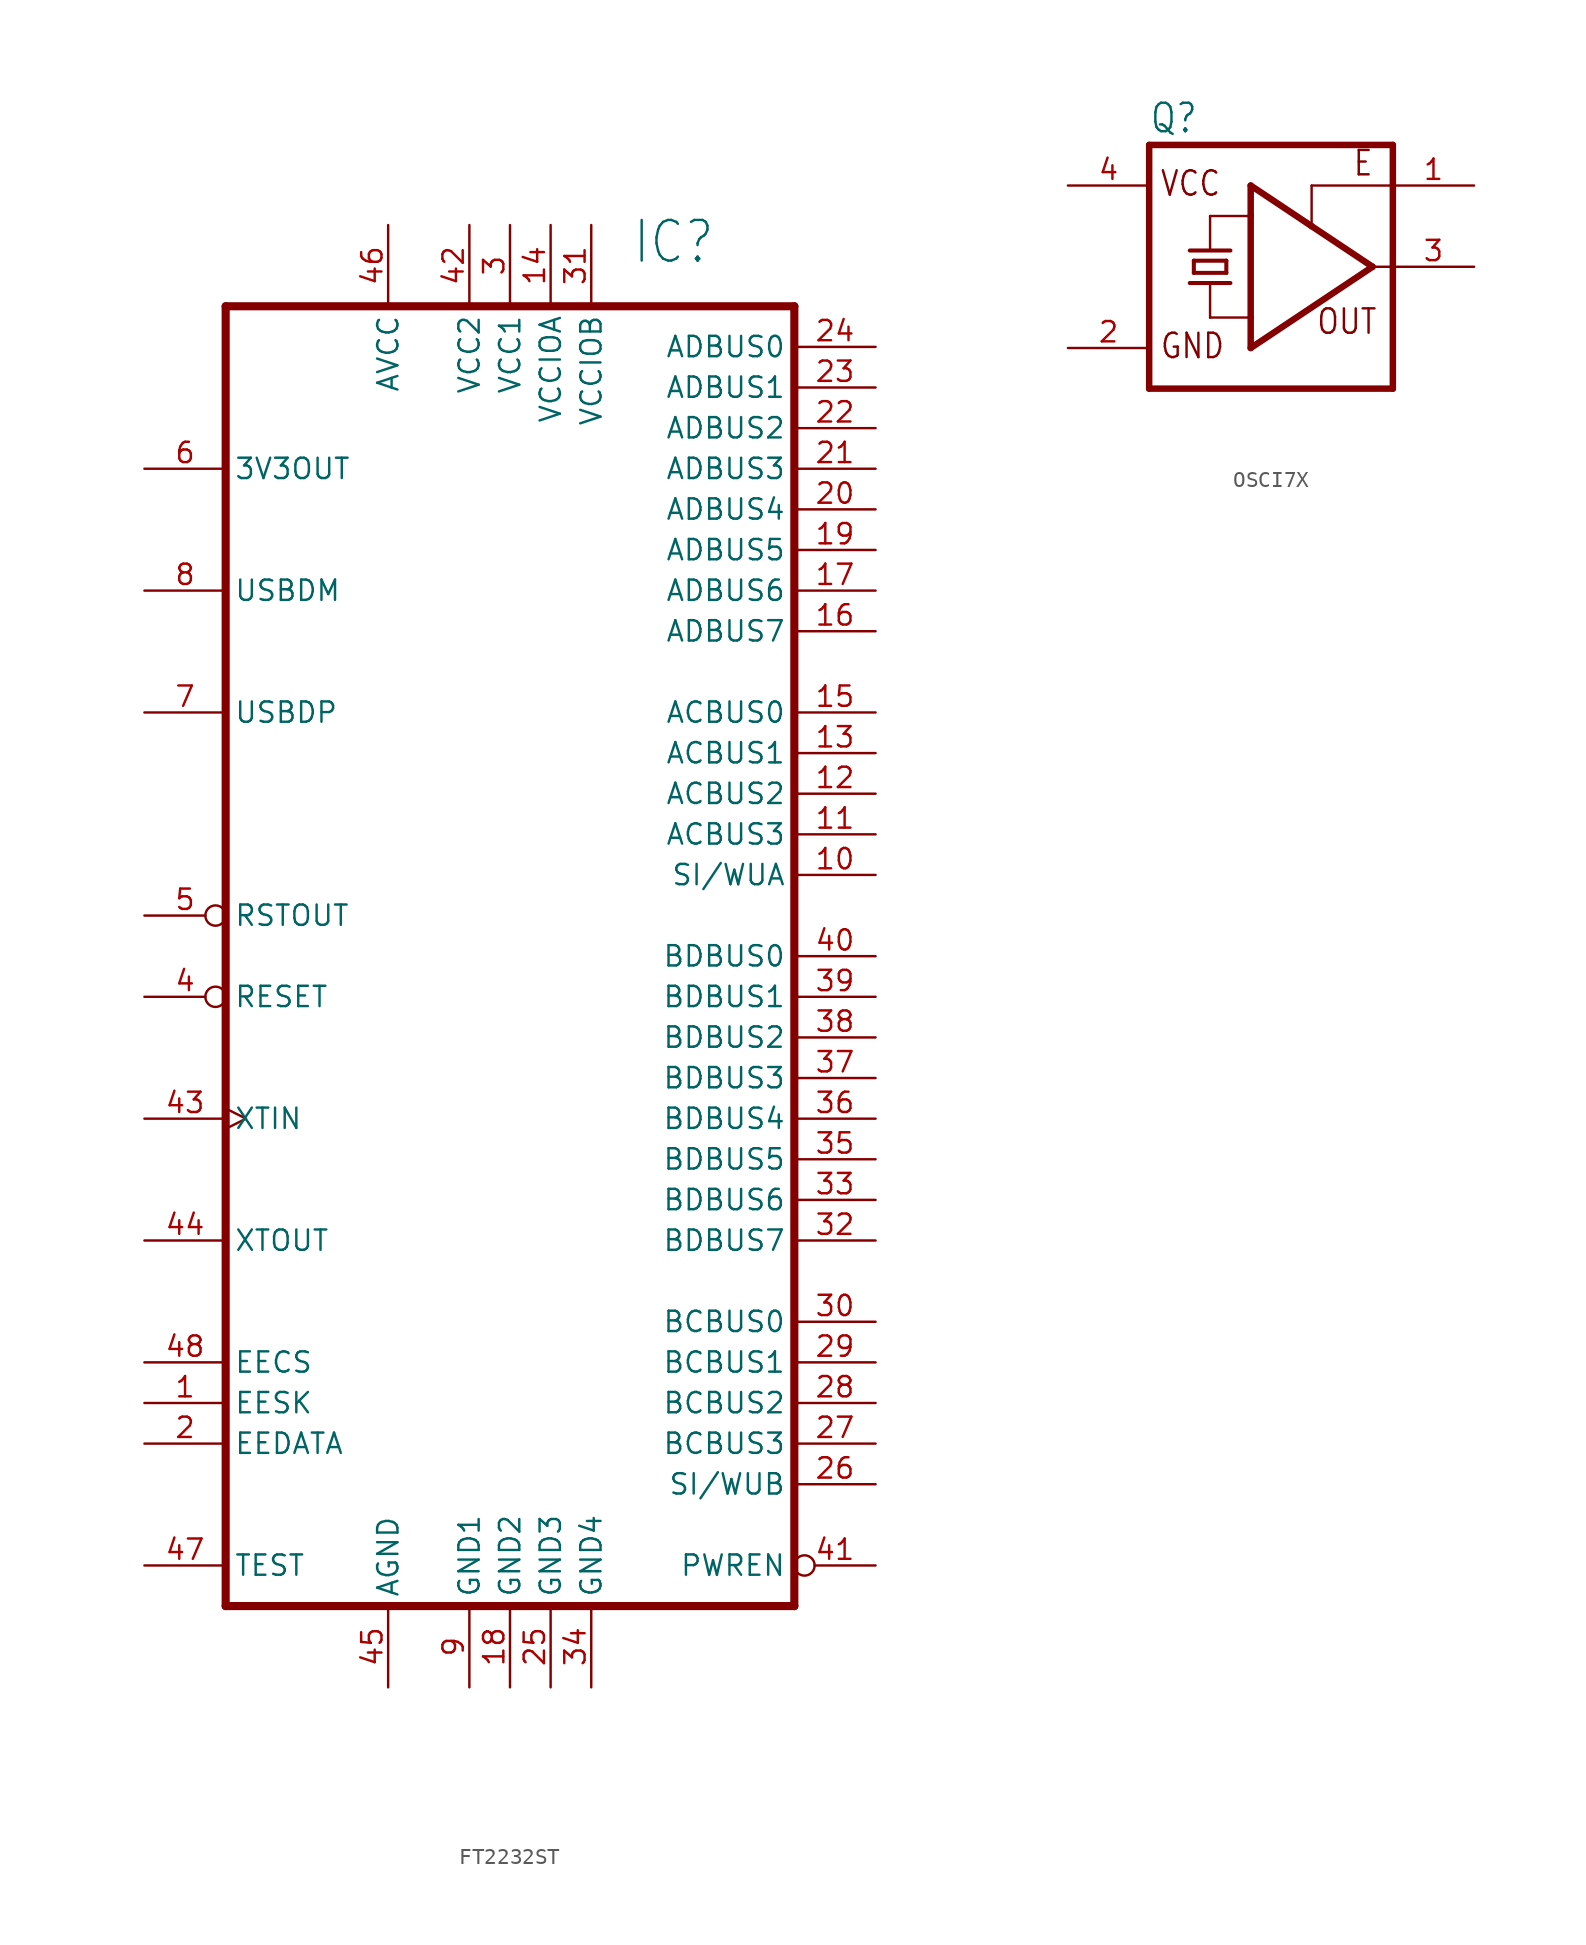
<source format=kicad_sym>
(kicad_symbol_lib
  (version 20231120)
  (generator "kicad_symbol_editor")
  (generator_version "8.0")
  (symbol "FT2232ST"
    (property "Reference" "IC"
      (at 7.62 38.1 0)
      (effects (font (size 2.54 2.159)) (justify left bottom)))
    (property "Value" ""
      (at 7.62 -50.8 0)
      (effects (font (size 2.54 2.159)) (justify left bottom)))
    (property "ki_locked" ""
      (at 0 0 0)
      (effects (font (size 1.27 1.27))))
    (symbol "FT2232ST_1_0"
      (polyline (pts (xy -17.78 -45.72) (xy -17.78 35.56)) (stroke (width 0.508) (type solid)) (fill (type none)))
      (polyline (pts (xy -17.78 35.56) (xy 17.78 35.56)) (stroke (width 0.508) (type solid)) (fill (type none)))
      (polyline (pts (xy 17.78 -45.72) (xy -17.78 -45.72)) (stroke (width 0.508) (type solid)) (fill (type none)))
      (polyline (pts (xy 17.78 35.56) (xy 17.78 -45.72)) (stroke (width 0.508) (type solid)) (fill (type none)))
      (pin bidirectional line (at -22.86 -33.02 0) (length 5.08) (name "EESK" (effects (font (size 1.27 1.27)))) (number "1" (effects (font (size 1.27 1.27)))))
      (pin bidirectional line (at 22.86 0 180) (length 5.08) (name "SI/WUA" (effects (font (size 1.27 1.27)))) (number "10" (effects (font (size 1.27 1.27)))))
      (pin bidirectional line (at 22.86 2.54 180) (length 5.08) (name "ACBUS3" (effects (font (size 1.27 1.27)))) (number "11" (effects (font (size 1.27 1.27)))))
      (pin bidirectional line (at 22.86 5.08 180) (length 5.08) (name "ACBUS2" (effects (font (size 1.27 1.27)))) (number "12" (effects (font (size 1.27 1.27)))))
      (pin bidirectional line (at 22.86 7.62 180) (length 5.08) (name "ACBUS1" (effects (font (size 1.27 1.27)))) (number "13" (effects (font (size 1.27 1.27)))))
      (pin bidirectional line (at 2.54 40.64 270) (length 5.08) (name "VCCIOA" (effects (font (size 1.27 1.27)))) (number "14" (effects (font (size 1.27 1.27)))))
      (pin bidirectional line (at 22.86 10.16 180) (length 5.08) (name "ACBUS0" (effects (font (size 1.27 1.27)))) (number "15" (effects (font (size 1.27 1.27)))))
      (pin bidirectional line (at 22.86 15.24 180) (length 5.08) (name "ADBUS7" (effects (font (size 1.27 1.27)))) (number "16" (effects (font (size 1.27 1.27)))))
      (pin bidirectional line (at 22.86 17.78 180) (length 5.08) (name "ADBUS6" (effects (font (size 1.27 1.27)))) (number "17" (effects (font (size 1.27 1.27)))))
      (pin bidirectional line (at 0 -50.8 90) (length 5.08) (name "GND2" (effects (font (size 1.27 1.27)))) (number "18" (effects (font (size 1.27 1.27)))))
      (pin bidirectional line (at 22.86 20.32 180) (length 5.08) (name "ADBUS5" (effects (font (size 1.27 1.27)))) (number "19" (effects (font (size 1.27 1.27)))))
      (pin bidirectional line (at -22.86 -35.56 0) (length 5.08) (name "EEDATA" (effects (font (size 1.27 1.27)))) (number "2" (effects (font (size 1.27 1.27)))))
      (pin bidirectional line (at 22.86 22.86 180) (length 5.08) (name "ADBUS4" (effects (font (size 1.27 1.27)))) (number "20" (effects (font (size 1.27 1.27)))))
      (pin bidirectional line (at 22.86 25.4 180) (length 5.08) (name "ADBUS3" (effects (font (size 1.27 1.27)))) (number "21" (effects (font (size 1.27 1.27)))))
      (pin bidirectional line (at 22.86 27.94 180) (length 5.08) (name "ADBUS2" (effects (font (size 1.27 1.27)))) (number "22" (effects (font (size 1.27 1.27)))))
      (pin bidirectional line (at 22.86 30.48 180) (length 5.08) (name "ADBUS1" (effects (font (size 1.27 1.27)))) (number "23" (effects (font (size 1.27 1.27)))))
      (pin bidirectional line (at 22.86 33.02 180) (length 5.08) (name "ADBUS0" (effects (font (size 1.27 1.27)))) (number "24" (effects (font (size 1.27 1.27)))))
      (pin bidirectional line (at 2.54 -50.8 90) (length 5.08) (name "GND3" (effects (font (size 1.27 1.27)))) (number "25" (effects (font (size 1.27 1.27)))))
      (pin bidirectional line (at 22.86 -38.1 180) (length 5.08) (name "SI/WUB" (effects (font (size 1.27 1.27)))) (number "26" (effects (font (size 1.27 1.27)))))
      (pin bidirectional line (at 22.86 -35.56 180) (length 5.08) (name "BCBUS3" (effects (font (size 1.27 1.27)))) (number "27" (effects (font (size 1.27 1.27)))))
      (pin bidirectional line (at 22.86 -33.02 180) (length 5.08) (name "BCBUS2" (effects (font (size 1.27 1.27)))) (number "28" (effects (font (size 1.27 1.27)))))
      (pin bidirectional line (at 22.86 -30.48 180) (length 5.08) (name "BCBUS1" (effects (font (size 1.27 1.27)))) (number "29" (effects (font (size 1.27 1.27)))))
      (pin bidirectional line (at 0 40.64 270) (length 5.08) (name "VCC1" (effects (font (size 1.27 1.27)))) (number "3" (effects (font (size 1.27 1.27)))))
      (pin bidirectional line (at 22.86 -27.94 180) (length 5.08) (name "BCBUS0" (effects (font (size 1.27 1.27)))) (number "30" (effects (font (size 1.27 1.27)))))
      (pin bidirectional line (at 5.08 40.64 270) (length 5.08) (name "VCCIOB" (effects (font (size 1.27 1.27)))) (number "31" (effects (font (size 1.27 1.27)))))
      (pin bidirectional line (at 22.86 -22.86 180) (length 5.08) (name "BDBUS7" (effects (font (size 1.27 1.27)))) (number "32" (effects (font (size 1.27 1.27)))))
      (pin bidirectional line (at 22.86 -20.32 180) (length 5.08) (name "BDBUS6" (effects (font (size 1.27 1.27)))) (number "33" (effects (font (size 1.27 1.27)))))
      (pin bidirectional line (at 5.08 -50.8 90) (length 5.08) (name "GND4" (effects (font (size 1.27 1.27)))) (number "34" (effects (font (size 1.27 1.27)))))
      (pin bidirectional line (at 22.86 -17.78 180) (length 5.08) (name "BDBUS5" (effects (font (size 1.27 1.27)))) (number "35" (effects (font (size 1.27 1.27)))))
      (pin bidirectional line (at 22.86 -15.24 180) (length 5.08) (name "BDBUS4" (effects (font (size 1.27 1.27)))) (number "36" (effects (font (size 1.27 1.27)))))
      (pin bidirectional line (at 22.86 -12.7 180) (length 5.08) (name "BDBUS3" (effects (font (size 1.27 1.27)))) (number "37" (effects (font (size 1.27 1.27)))))
      (pin bidirectional line (at 22.86 -10.16 180) (length 5.08) (name "BDBUS2" (effects (font (size 1.27 1.27)))) (number "38" (effects (font (size 1.27 1.27)))))
      (pin bidirectional line (at 22.86 -7.62 180) (length 5.08) (name "BDBUS1" (effects (font (size 1.27 1.27)))) (number "39" (effects (font (size 1.27 1.27)))))
      (pin bidirectional inverted (at -22.86 -7.62 0) (length 5.08) (name "RESET" (effects (font (size 1.27 1.27)))) (number "4" (effects (font (size 1.27 1.27)))))
      (pin bidirectional line (at 22.86 -5.08 180) (length 5.08) (name "BDBUS0" (effects (font (size 1.27 1.27)))) (number "40" (effects (font (size 1.27 1.27)))))
      (pin bidirectional inverted (at 22.86 -43.18 180) (length 5.08) (name "PWREN" (effects (font (size 1.27 1.27)))) (number "41" (effects (font (size 1.27 1.27)))))
      (pin bidirectional line (at -2.54 40.64 270) (length 5.08) (name "VCC2" (effects (font (size 1.27 1.27)))) (number "42" (effects (font (size 1.27 1.27)))))
      (pin bidirectional clock (at -22.86 -15.24 0) (length 5.08) (name "XTIN" (effects (font (size 1.27 1.27)))) (number "43" (effects (font (size 1.27 1.27)))))
      (pin bidirectional line (at -22.86 -22.86 0) (length 5.08) (name "XTOUT" (effects (font (size 1.27 1.27)))) (number "44" (effects (font (size 1.27 1.27)))))
      (pin bidirectional line (at -7.62 -50.8 90) (length 5.08) (name "AGND" (effects (font (size 1.27 1.27)))) (number "45" (effects (font (size 1.27 1.27)))))
      (pin bidirectional line (at -7.62 40.64 270) (length 5.08) (name "AVCC" (effects (font (size 1.27 1.27)))) (number "46" (effects (font (size 1.27 1.27)))))
      (pin bidirectional line (at -22.86 -43.18 0) (length 5.08) (name "TEST" (effects (font (size 1.27 1.27)))) (number "47" (effects (font (size 1.27 1.27)))))
      (pin bidirectional line (at -22.86 -30.48 0) (length 5.08) (name "EECS" (effects (font (size 1.27 1.27)))) (number "48" (effects (font (size 1.27 1.27)))))
      (pin bidirectional inverted (at -22.86 -2.54 0) (length 5.08) (name "RSTOUT" (effects (font (size 1.27 1.27)))) (number "5" (effects (font (size 1.27 1.27)))))
      (pin bidirectional line (at -22.86 25.4 0) (length 5.08) (name "3V3OUT" (effects (font (size 1.27 1.27)))) (number "6" (effects (font (size 1.27 1.27)))))
      (pin bidirectional line (at -22.86 10.16 0) (length 5.08) (name "USBDP" (effects (font (size 1.27 1.27)))) (number "7" (effects (font (size 1.27 1.27)))))
      (pin bidirectional line (at -22.86 17.78 0) (length 5.08) (name "USBDM" (effects (font (size 1.27 1.27)))) (number "8" (effects (font (size 1.27 1.27)))))
      (pin bidirectional line (at -2.54 -50.8 90) (length 5.08) (name "GND1" (effects (font (size 1.27 1.27)))) (number "9" (effects (font (size 1.27 1.27)))))))
  (symbol "OSCI7X"
    (property "Reference" "Q"
      (at -7.62 8.255 0)
      (effects (font (size 1.778 1.511)) (justify left bottom)))
    (property "Value" ""
      (at -7.62 -10.16 0)
      (effects (font (size 1.778 1.511)) (justify left bottom)))
    (property "ki_locked" ""
      (at 0 0 0)
      (effects (font (size 1.27 1.27))))
    (symbol "OSCI7X_1_0"
      (polyline (pts (xy -7.62 7.62) (xy -7.62 -7.62)) (stroke (width 0.406) (type solid)) (fill (type none)))
      (polyline (pts (xy -7.62 7.62) (xy 7.62 7.62)) (stroke (width 0.406) (type solid)) (fill (type none)))
      (polyline (pts (xy -5.08 -1.016) (xy -3.81 -1.016)) (stroke (width 0.254) (type solid)) (fill (type none)))
      (polyline (pts (xy -5.08 1.016) (xy -2.54 1.016)) (stroke (width 0.254) (type solid)) (fill (type none)))
      (polyline (pts (xy -4.826 -0.381) (xy -4.826 0.381)) (stroke (width 0.254) (type solid)) (fill (type none)))
      (polyline (pts (xy -4.826 -0.381) (xy -2.794 -0.381)) (stroke (width 0.254) (type solid)) (fill (type none)))
      (polyline (pts (xy -4.826 0.381) (xy -2.794 0.381)) (stroke (width 0.254) (type solid)) (fill (type none)))
      (polyline (pts (xy -3.81 -3.175) (xy -3.81 -1.016)) (stroke (width 0.152) (type solid)) (fill (type none)))
      (polyline (pts (xy -3.81 -3.175) (xy -1.27 -3.175)) (stroke (width 0.152) (type solid)) (fill (type none)))
      (polyline (pts (xy -3.81 -1.016) (xy -2.54 -1.016)) (stroke (width 0.254) (type solid)) (fill (type none)))
      (polyline (pts (xy -3.81 1.016) (xy -3.81 3.175)) (stroke (width 0.152) (type solid)) (fill (type none)))
      (polyline (pts (xy -3.81 3.175) (xy -1.27 3.175)) (stroke (width 0.152) (type solid)) (fill (type none)))
      (polyline (pts (xy -2.794 0.381) (xy -2.794 -0.381)) (stroke (width 0.254) (type solid)) (fill (type none)))
      (polyline (pts (xy -1.27 -5.08) (xy -1.27 -3.175)) (stroke (width 0.406) (type solid)) (fill (type none)))
      (polyline (pts (xy -1.27 -3.175) (xy -1.27 3.175)) (stroke (width 0.406) (type solid)) (fill (type none)))
      (polyline (pts (xy -1.27 3.175) (xy -1.27 5.08)) (stroke (width 0.406) (type solid)) (fill (type none)))
      (polyline (pts (xy -1.27 5.08) (xy 2.54 2.54)) (stroke (width 0.406) (type solid)) (fill (type none)))
      (polyline (pts (xy 2.54 2.54) (xy 6.35 0)) (stroke (width 0.406) (type solid)) (fill (type none)))
      (polyline (pts (xy 2.54 5.08) (xy 2.54 2.54)) (stroke (width 0.152) (type solid)) (fill (type none)))
      (polyline (pts (xy 6.35 0) (xy -1.27 -5.08)) (stroke (width 0.406) (type solid)) (fill (type none)))
      (polyline (pts (xy 6.35 0) (xy 7.62 0)) (stroke (width 0.152) (type solid)) (fill (type none)))
      (polyline (pts (xy 7.62 -7.62) (xy -7.62 -7.62)) (stroke (width 0.406) (type solid)) (fill (type none)))
      (polyline (pts (xy 7.62 -7.62) (xy 7.62 0)) (stroke (width 0.406) (type solid)) (fill (type none)))
      (polyline (pts (xy 7.62 0) (xy 7.62 5.08)) (stroke (width 0.406) (type solid)) (fill (type none)))
      (polyline (pts (xy 7.62 5.08) (xy 2.54 5.08)) (stroke (width 0.152) (type solid)) (fill (type none)))
      (polyline (pts (xy 7.62 5.08) (xy 7.62 7.62)) (stroke (width 0.406) (type solid)) (fill (type none)))
      (text "E" (at 5.08 5.588 0) (effects (font (size 1.524 1.295)) (justify left bottom)))
      (text "GND" (at -6.985 -5.842 0) (effects (font (size 1.524 1.295)) (justify left bottom)))
      (text "OUT" (at 2.794 -4.318 0) (effects (font (size 1.524 1.295)) (justify left bottom)))
      (text "VCC" (at -6.985 4.318 0) (effects (font (size 1.524 1.295)) (justify left bottom)))
      (pin input line (at 12.7 5.08 180) (length 5.08) (name "OE" (effects (font (size 0 0)))) (number "1" (effects (font (size 1.27 1.27)))))
      (pin power_in line (at -12.7 -5.08 0) (length 5.08) (name "GND" (effects (font (size 0 0)))) (number "2" (effects (font (size 1.27 1.27)))))
      (pin output line (at 12.7 0 180) (length 5.08) (name "FO" (effects (font (size 0 0)))) (number "3" (effects (font (size 1.27 1.27)))))
      (pin power_in line (at -12.7 5.08 0) (length 5.08) (name "VCC" (effects (font (size 0 0)))) (number "4" (effects (font (size 1.27 1.27))))))))
</source>
